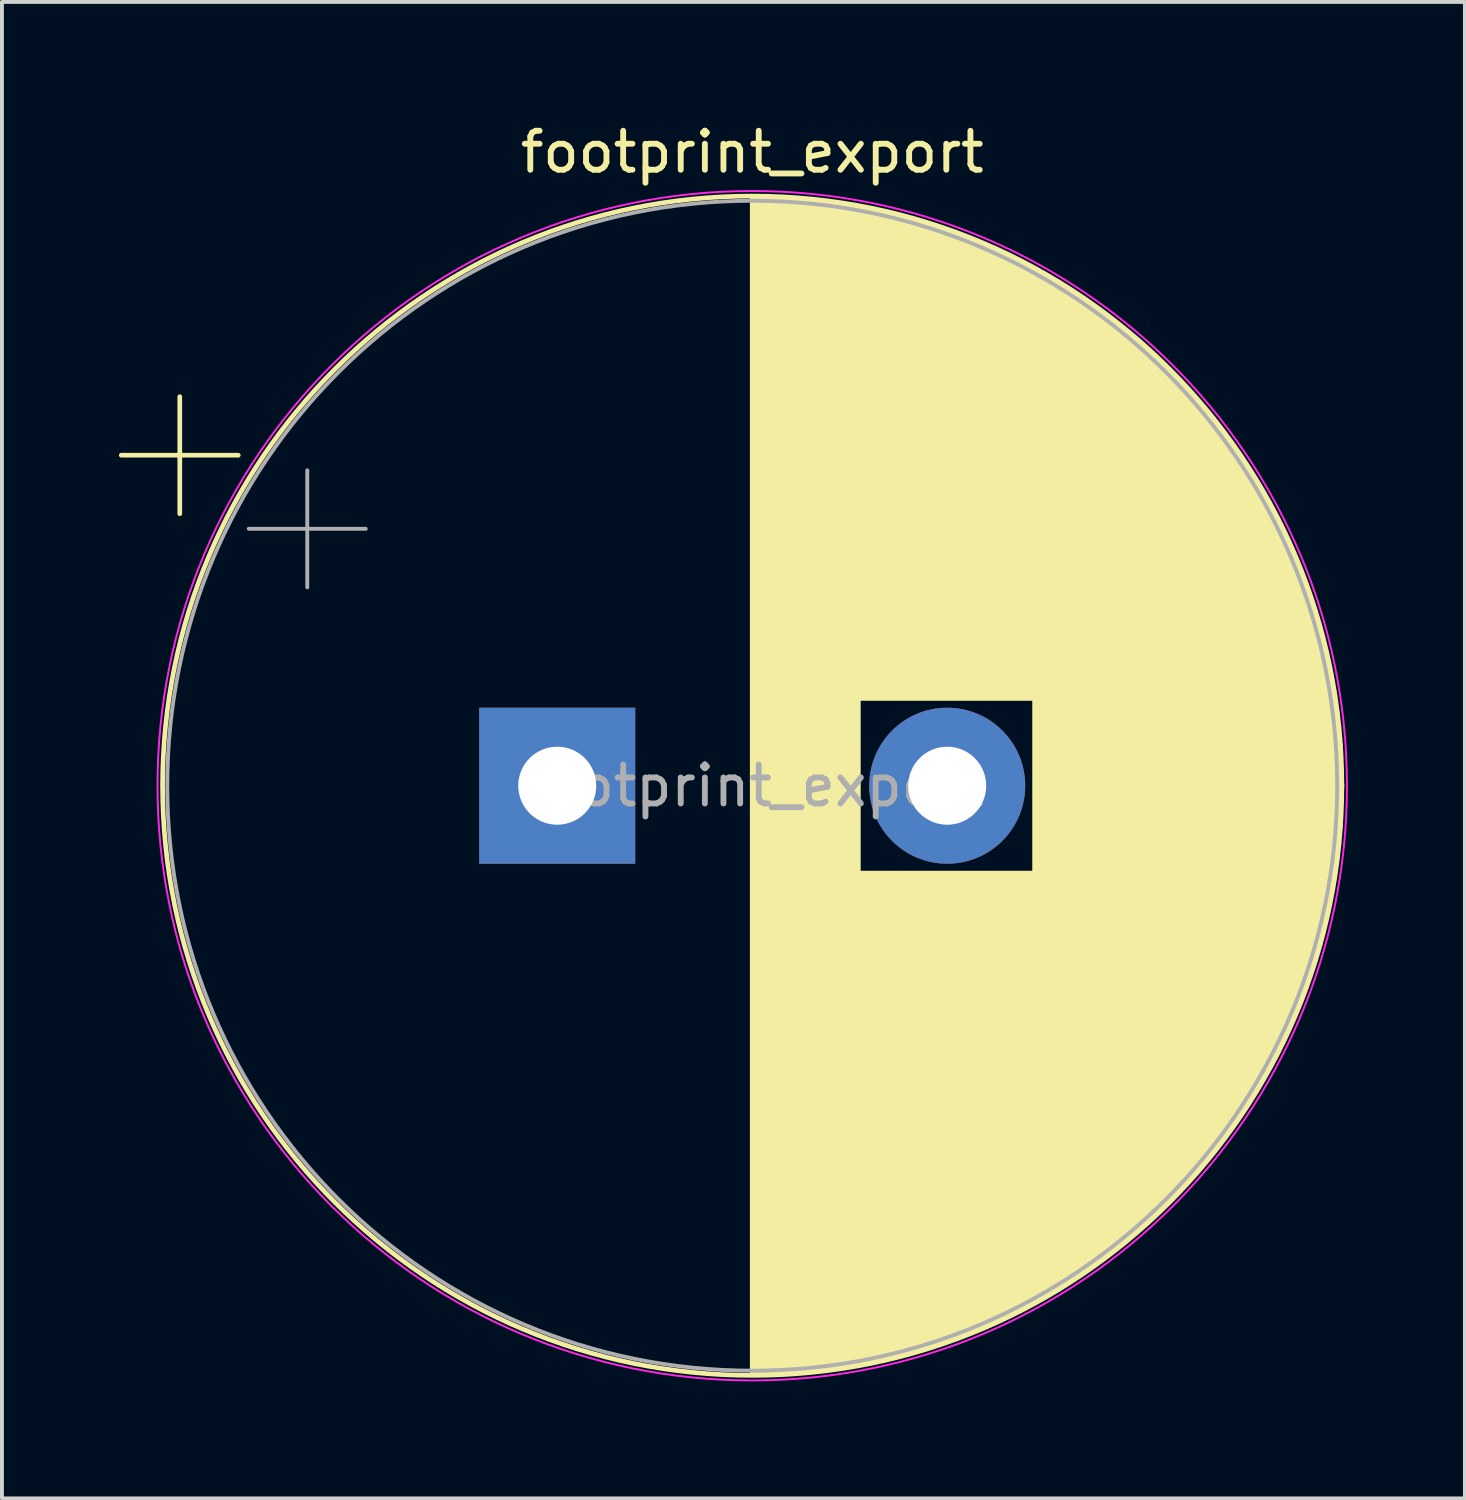
<source format=kicad_pcb>
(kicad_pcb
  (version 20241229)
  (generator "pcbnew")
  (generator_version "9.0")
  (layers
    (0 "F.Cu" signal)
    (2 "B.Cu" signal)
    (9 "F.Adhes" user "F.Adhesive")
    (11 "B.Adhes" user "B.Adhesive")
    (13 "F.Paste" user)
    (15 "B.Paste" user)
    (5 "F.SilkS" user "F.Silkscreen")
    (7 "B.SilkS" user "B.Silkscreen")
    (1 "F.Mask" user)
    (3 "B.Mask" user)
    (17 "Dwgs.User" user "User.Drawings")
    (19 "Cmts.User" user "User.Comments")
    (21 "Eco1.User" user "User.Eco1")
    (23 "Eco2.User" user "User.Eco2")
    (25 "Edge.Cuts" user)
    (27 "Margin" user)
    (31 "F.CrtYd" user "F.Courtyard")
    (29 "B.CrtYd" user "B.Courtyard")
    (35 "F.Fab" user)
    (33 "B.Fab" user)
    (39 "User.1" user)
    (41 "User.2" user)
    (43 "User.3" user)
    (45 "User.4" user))
  (footprint "footprint_export"
    (layer "F.Cu")
    (at 11.239 17.098)
    (property "Reference" "footprint_export" (at 5 -16.25 0) (layer "F.SilkS") (effects (font (size 1 1) (thickness 0.15))))
    (attr through_hole)
    (fp_line (start -11.179 -8.475) (end -8.179 -8.475) (stroke (width 0.12) (type solid)) (layer "F.SilkS"))
    (fp_line (start -9.679 -9.975) (end -9.679 -6.975) (stroke (width 0.12) (type solid)) (layer "F.SilkS"))
    (fp_line (start 5 -15.081) (end 5 15.081) (stroke (width 0.12) (type solid)) (layer "F.SilkS"))
    (fp_line (start 5.04 -15.08) (end 5.04 15.08) (stroke (width 0.12) (type solid)) (layer "F.SilkS"))
    (fp_line (start 5.08 -15.08) (end 5.08 15.08) (stroke (width 0.12) (type solid)) (layer "F.SilkS"))
    (fp_line (start 5.12 -15.08) (end 5.12 15.08) (stroke (width 0.12) (type solid)) (layer "F.SilkS"))
    (fp_line (start 5.16 -15.08) (end 5.16 15.08) (stroke (width 0.12) (type solid)) (layer "F.SilkS"))
    (fp_line (start 5.2 -15.079) (end 5.2 15.079) (stroke (width 0.12) (type solid)) (layer "F.SilkS"))
    (fp_line (start 5.24 -15.079) (end 5.24 15.079) (stroke (width 0.12) (type solid)) (layer "F.SilkS"))
    (fp_line (start 5.28 -15.078) (end 5.28 15.078) (stroke (width 0.12) (type solid)) (layer "F.SilkS"))
    (fp_line (start 5.32 -15.077) (end 5.32 15.077) (stroke (width 0.12) (type solid)) (layer "F.SilkS"))
    (fp_line (start 5.36 -15.076) (end 5.36 15.076) (stroke (width 0.12) (type solid)) (layer "F.SilkS"))
    (fp_line (start 5.4 -15.075) (end 5.4 15.075) (stroke (width 0.12) (type solid)) (layer "F.SilkS"))
    (fp_line (start 5.44 -15.074) (end 5.44 15.074) (stroke (width 0.12) (type solid)) (layer "F.SilkS"))
    (fp_line (start 5.48 -15.073) (end 5.48 15.073) (stroke (width 0.12) (type solid)) (layer "F.SilkS"))
    (fp_line (start 5.52 -15.072) (end 5.52 15.072) (stroke (width 0.12) (type solid)) (layer "F.SilkS"))
    (fp_line (start 5.56 -15.07) (end 5.56 15.07) (stroke (width 0.12) (type solid)) (layer "F.SilkS"))
    (fp_line (start 5.6 -15.069) (end 5.6 15.069) (stroke (width 0.12) (type solid)) (layer "F.SilkS"))
    (fp_line (start 5.64 -15.067) (end 5.64 15.067) (stroke (width 0.12) (type solid)) (layer "F.SilkS"))
    (fp_line (start 5.68 -15.065) (end 5.68 15.065) (stroke (width 0.12) (type solid)) (layer "F.SilkS"))
    (fp_line (start 5.721 -15.063) (end 5.721 15.063) (stroke (width 0.12) (type solid)) (layer "F.SilkS"))
    (fp_line (start 5.761 -15.061) (end 5.761 15.061) (stroke (width 0.12) (type solid)) (layer "F.SilkS"))
    (fp_line (start 5.801 -15.059) (end 5.801 15.059) (stroke (width 0.12) (type solid)) (layer "F.SilkS"))
    (fp_line (start 5.841 -15.057) (end 5.841 15.057) (stroke (width 0.12) (type solid)) (layer "F.SilkS"))
    (fp_line (start 5.881 -15.055) (end 5.881 15.055) (stroke (width 0.12) (type solid)) (layer "F.SilkS"))
    (fp_line (start 5.921 -15.052) (end 5.921 15.052) (stroke (width 0.12) (type solid)) (layer "F.SilkS"))
    (fp_line (start 5.961 -15.05) (end 5.961 15.05) (stroke (width 0.12) (type solid)) (layer "F.SilkS"))
    (fp_line (start 6.001 -15.047) (end 6.001 15.047) (stroke (width 0.12) (type solid)) (layer "F.SilkS"))
    (fp_line (start 6.041 -15.045) (end 6.041 15.045) (stroke (width 0.12) (type solid)) (layer "F.SilkS"))
    (fp_line (start 6.081 -15.042) (end 6.081 15.042) (stroke (width 0.12) (type solid)) (layer "F.SilkS"))
    (fp_line (start 6.121 -15.039) (end 6.121 15.039) (stroke (width 0.12) (type solid)) (layer "F.SilkS"))
    (fp_line (start 6.161 -15.036) (end 6.161 15.036) (stroke (width 0.12) (type solid)) (layer "F.SilkS"))
    (fp_line (start 6.201 -15.033) (end 6.201 15.033) (stroke (width 0.12) (type solid)) (layer "F.SilkS"))
    (fp_line (start 6.241 -15.03) (end 6.241 15.03) (stroke (width 0.12) (type solid)) (layer "F.SilkS"))
    (fp_line (start 6.281 -15.026) (end 6.281 15.026) (stroke (width 0.12) (type solid)) (layer "F.SilkS"))
    (fp_line (start 6.321 -15.023) (end 6.321 15.023) (stroke (width 0.12) (type solid)) (layer "F.SilkS"))
    (fp_line (start 6.361 -15.019) (end 6.361 15.019) (stroke (width 0.12) (type solid)) (layer "F.SilkS"))
    (fp_line (start 6.401 -15.016) (end 6.401 15.016) (stroke (width 0.12) (type solid)) (layer "F.SilkS"))
    (fp_line (start 6.441 -15.012) (end 6.441 15.012) (stroke (width 0.12) (type solid)) (layer "F.SilkS"))
    (fp_line (start 6.481 -15.008) (end 6.481 15.008) (stroke (width 0.12) (type solid)) (layer "F.SilkS"))
    (fp_line (start 6.521 -15.004) (end 6.521 15.004) (stroke (width 0.12) (type solid)) (layer "F.SilkS"))
    (fp_line (start 6.561 -15) (end 6.561 15) (stroke (width 0.12) (type solid)) (layer "F.SilkS"))
    (fp_line (start 6.601 -14.996) (end 6.601 14.996) (stroke (width 0.12) (type solid)) (layer "F.SilkS"))
    (fp_line (start 6.641 -14.991) (end 6.641 14.991) (stroke (width 0.12) (type solid)) (layer "F.SilkS"))
    (fp_line (start 6.681 -14.987) (end 6.681 14.987) (stroke (width 0.12) (type solid)) (layer "F.SilkS"))
    (fp_line (start 6.721 -14.982) (end 6.721 14.982) (stroke (width 0.12) (type solid)) (layer "F.SilkS"))
    (fp_line (start 6.761 -14.978) (end 6.761 14.978) (stroke (width 0.12) (type solid)) (layer "F.SilkS"))
    (fp_line (start 6.801 -14.973) (end 6.801 14.973) (stroke (width 0.12) (type solid)) (layer "F.SilkS"))
    (fp_line (start 6.841 -14.968) (end 6.841 14.968) (stroke (width 0.12) (type solid)) (layer "F.SilkS"))
    (fp_line (start 6.881 -14.963) (end 6.881 14.963) (stroke (width 0.12) (type solid)) (layer "F.SilkS"))
    (fp_line (start 6.921 -14.958) (end 6.921 14.958) (stroke (width 0.12) (type solid)) (layer "F.SilkS"))
    (fp_line (start 6.961 -14.953) (end 6.961 14.953) (stroke (width 0.12) (type solid)) (layer "F.SilkS"))
    (fp_line (start 7.001 -14.948) (end 7.001 14.948) (stroke (width 0.12) (type solid)) (layer "F.SilkS"))
    (fp_line (start 7.041 -14.942) (end 7.041 14.942) (stroke (width 0.12) (type solid)) (layer "F.SilkS"))
    (fp_line (start 7.081 -14.937) (end 7.081 14.937) (stroke (width 0.12) (type solid)) (layer "F.SilkS"))
    (fp_line (start 7.121 -14.931) (end 7.121 14.931) (stroke (width 0.12) (type solid)) (layer "F.SilkS"))
    (fp_line (start 7.161 -14.925) (end 7.161 14.925) (stroke (width 0.12) (type solid)) (layer "F.SilkS"))
    (fp_line (start 7.201 -14.92) (end 7.201 14.92) (stroke (width 0.12) (type solid)) (layer "F.SilkS"))
    (fp_line (start 7.241 -14.914) (end 7.241 14.914) (stroke (width 0.12) (type solid)) (layer "F.SilkS"))
    (fp_line (start 7.281 -14.908) (end 7.281 14.908) (stroke (width 0.12) (type solid)) (layer "F.SilkS"))
    (fp_line (start 7.321 -14.901) (end 7.321 14.901) (stroke (width 0.12) (type solid)) (layer "F.SilkS"))
    (fp_line (start 7.361 -14.895) (end 7.361 14.895) (stroke (width 0.12) (type solid)) (layer "F.SilkS"))
    (fp_line (start 7.401 -14.889) (end 7.401 14.889) (stroke (width 0.12) (type solid)) (layer "F.SilkS"))
    (fp_line (start 7.441 -14.882) (end 7.441 14.882) (stroke (width 0.12) (type solid)) (layer "F.SilkS"))
    (fp_line (start 7.481 -14.876) (end 7.481 14.876) (stroke (width 0.12) (type solid)) (layer "F.SilkS"))
    (fp_line (start 7.521 -14.869) (end 7.521 14.869) (stroke (width 0.12) (type solid)) (layer "F.SilkS"))
    (fp_line (start 7.561 -14.862) (end 7.561 14.862) (stroke (width 0.12) (type solid)) (layer "F.SilkS"))
    (fp_line (start 7.601 -14.855) (end 7.601 14.855) (stroke (width 0.12) (type solid)) (layer "F.SilkS"))
    (fp_line (start 7.641 -14.848) (end 7.641 14.848) (stroke (width 0.12) (type solid)) (layer "F.SilkS"))
    (fp_line (start 7.681 -14.841) (end 7.681 14.841) (stroke (width 0.12) (type solid)) (layer "F.SilkS"))
    (fp_line (start 7.721 -14.834) (end 7.721 14.834) (stroke (width 0.12) (type solid)) (layer "F.SilkS"))
    (fp_line (start 7.761 -14.826) (end 7.761 -2.24) (stroke (width 0.12) (type solid)) (layer "F.SilkS"))
    (fp_line (start 7.761 2.24) (end 7.761 14.826) (stroke (width 0.12) (type solid)) (layer "F.SilkS"))
    (fp_line (start 7.801 -14.819) (end 7.801 -2.24) (stroke (width 0.12) (type solid)) (layer "F.SilkS"))
    (fp_line (start 7.801 2.24) (end 7.801 14.819) (stroke (width 0.12) (type solid)) (layer "F.SilkS"))
    (fp_line (start 7.841 -14.811) (end 7.841 -2.24) (stroke (width 0.12) (type solid)) (layer "F.SilkS"))
    (fp_line (start 7.841 2.24) (end 7.841 14.811) (stroke (width 0.12) (type solid)) (layer "F.SilkS"))
    (fp_line (start 7.881 -14.804) (end 7.881 -2.24) (stroke (width 0.12) (type solid)) (layer "F.SilkS"))
    (fp_line (start 7.881 2.24) (end 7.881 14.804) (stroke (width 0.12) (type solid)) (layer "F.SilkS"))
    (fp_line (start 7.921 -14.796) (end 7.921 -2.24) (stroke (width 0.12) (type solid)) (layer "F.SilkS"))
    (fp_line (start 7.921 2.24) (end 7.921 14.796) (stroke (width 0.12) (type solid)) (layer "F.SilkS"))
    (fp_line (start 7.961 -14.788) (end 7.961 -2.24) (stroke (width 0.12) (type solid)) (layer "F.SilkS"))
    (fp_line (start 7.961 2.24) (end 7.961 14.788) (stroke (width 0.12) (type solid)) (layer "F.SilkS"))
    (fp_line (start 8.001 -14.78) (end 8.001 -2.24) (stroke (width 0.12) (type solid)) (layer "F.SilkS"))
    (fp_line (start 8.001 2.24) (end 8.001 14.78) (stroke (width 0.12) (type solid)) (layer "F.SilkS"))
    (fp_line (start 8.041 -14.772) (end 8.041 -2.24) (stroke (width 0.12) (type solid)) (layer "F.SilkS"))
    (fp_line (start 8.041 2.24) (end 8.041 14.772) (stroke (width 0.12) (type solid)) (layer "F.SilkS"))
    (fp_line (start 8.081 -14.763) (end 8.081 -2.24) (stroke (width 0.12) (type solid)) (layer "F.SilkS"))
    (fp_line (start 8.081 2.24) (end 8.081 14.763) (stroke (width 0.12) (type solid)) (layer "F.SilkS"))
    (fp_line (start 8.121 -14.755) (end 8.121 -2.24) (stroke (width 0.12) (type solid)) (layer "F.SilkS"))
    (fp_line (start 8.121 2.24) (end 8.121 14.755) (stroke (width 0.12) (type solid)) (layer "F.SilkS"))
    (fp_line (start 8.161 -14.747) (end 8.161 -2.24) (stroke (width 0.12) (type solid)) (layer "F.SilkS"))
    (fp_line (start 8.161 2.24) (end 8.161 14.747) (stroke (width 0.12) (type solid)) (layer "F.SilkS"))
    (fp_line (start 8.201 -14.738) (end 8.201 -2.24) (stroke (width 0.12) (type solid)) (layer "F.SilkS"))
    (fp_line (start 8.201 2.24) (end 8.201 14.738) (stroke (width 0.12) (type solid)) (layer "F.SilkS"))
    (fp_line (start 8.241 -14.729) (end 8.241 -2.24) (stroke (width 0.12) (type solid)) (layer "F.SilkS"))
    (fp_line (start 8.241 2.24) (end 8.241 14.729) (stroke (width 0.12) (type solid)) (layer "F.SilkS"))
    (fp_line (start 8.281 -14.72) (end 8.281 -2.24) (stroke (width 0.12) (type solid)) (layer "F.SilkS"))
    (fp_line (start 8.281 2.24) (end 8.281 14.72) (stroke (width 0.12) (type solid)) (layer "F.SilkS"))
    (fp_line (start 8.321 -14.711) (end 8.321 -2.24) (stroke (width 0.12) (type solid)) (layer "F.SilkS"))
    (fp_line (start 8.321 2.24) (end 8.321 14.711) (stroke (width 0.12) (type solid)) (layer "F.SilkS"))
    (fp_line (start 8.361 -14.702) (end 8.361 -2.24) (stroke (width 0.12) (type solid)) (layer "F.SilkS"))
    (fp_line (start 8.361 2.24) (end 8.361 14.702) (stroke (width 0.12) (type solid)) (layer "F.SilkS"))
    (fp_line (start 8.401 -14.693) (end 8.401 -2.24) (stroke (width 0.12) (type solid)) (layer "F.SilkS"))
    (fp_line (start 8.401 2.24) (end 8.401 14.693) (stroke (width 0.12) (type solid)) (layer "F.SilkS"))
    (fp_line (start 8.441 -14.684) (end 8.441 -2.24) (stroke (width 0.12) (type solid)) (layer "F.SilkS"))
    (fp_line (start 8.441 2.24) (end 8.441 14.684) (stroke (width 0.12) (type solid)) (layer "F.SilkS"))
    (fp_line (start 8.481 -14.675) (end 8.481 -2.24) (stroke (width 0.12) (type solid)) (layer "F.SilkS"))
    (fp_line (start 8.481 2.24) (end 8.481 14.675) (stroke (width 0.12) (type solid)) (layer "F.SilkS"))
    (fp_line (start 8.521 -14.665) (end 8.521 -2.24) (stroke (width 0.12) (type solid)) (layer "F.SilkS"))
    (fp_line (start 8.521 2.24) (end 8.521 14.665) (stroke (width 0.12) (type solid)) (layer "F.SilkS"))
    (fp_line (start 8.561 -14.655) (end 8.561 -2.24) (stroke (width 0.12) (type solid)) (layer "F.SilkS"))
    (fp_line (start 8.561 2.24) (end 8.561 14.655) (stroke (width 0.12) (type solid)) (layer "F.SilkS"))
    (fp_line (start 8.601 -14.646) (end 8.601 -2.24) (stroke (width 0.12) (type solid)) (layer "F.SilkS"))
    (fp_line (start 8.601 2.24) (end 8.601 14.646) (stroke (width 0.12) (type solid)) (layer "F.SilkS"))
    (fp_line (start 8.641 -14.636) (end 8.641 -2.24) (stroke (width 0.12) (type solid)) (layer "F.SilkS"))
    (fp_line (start 8.641 2.24) (end 8.641 14.636) (stroke (width 0.12) (type solid)) (layer "F.SilkS"))
    (fp_line (start 8.681 -14.626) (end 8.681 -2.24) (stroke (width 0.12) (type solid)) (layer "F.SilkS"))
    (fp_line (start 8.681 2.24) (end 8.681 14.626) (stroke (width 0.12) (type solid)) (layer "F.SilkS"))
    (fp_line (start 8.721 -14.616) (end 8.721 -2.24) (stroke (width 0.12) (type solid)) (layer "F.SilkS"))
    (fp_line (start 8.721 2.24) (end 8.721 14.616) (stroke (width 0.12) (type solid)) (layer "F.SilkS"))
    (fp_line (start 8.761 -14.606) (end 8.761 -2.24) (stroke (width 0.12) (type solid)) (layer "F.SilkS"))
    (fp_line (start 8.761 2.24) (end 8.761 14.606) (stroke (width 0.12) (type solid)) (layer "F.SilkS"))
    (fp_line (start 8.801 -14.595) (end 8.801 -2.24) (stroke (width 0.12) (type solid)) (layer "F.SilkS"))
    (fp_line (start 8.801 2.24) (end 8.801 14.595) (stroke (width 0.12) (type solid)) (layer "F.SilkS"))
    (fp_line (start 8.841 -14.585) (end 8.841 -2.24) (stroke (width 0.12) (type solid)) (layer "F.SilkS"))
    (fp_line (start 8.841 2.24) (end 8.841 14.585) (stroke (width 0.12) (type solid)) (layer "F.SilkS"))
    (fp_line (start 8.881 -14.574) (end 8.881 -2.24) (stroke (width 0.12) (type solid)) (layer "F.SilkS"))
    (fp_line (start 8.881 2.24) (end 8.881 14.574) (stroke (width 0.12) (type solid)) (layer "F.SilkS"))
    (fp_line (start 8.921 -14.564) (end 8.921 -2.24) (stroke (width 0.12) (type solid)) (layer "F.SilkS"))
    (fp_line (start 8.921 2.24) (end 8.921 14.564) (stroke (width 0.12) (type solid)) (layer "F.SilkS"))
    (fp_line (start 8.961 -14.553) (end 8.961 -2.24) (stroke (width 0.12) (type solid)) (layer "F.SilkS"))
    (fp_line (start 8.961 2.24) (end 8.961 14.553) (stroke (width 0.12) (type solid)) (layer "F.SilkS"))
    (fp_line (start 9.001 -14.542) (end 9.001 -2.24) (stroke (width 0.12) (type solid)) (layer "F.SilkS"))
    (fp_line (start 9.001 2.24) (end 9.001 14.542) (stroke (width 0.12) (type solid)) (layer "F.SilkS"))
    (fp_line (start 9.041 -14.531) (end 9.041 -2.24) (stroke (width 0.12) (type solid)) (layer "F.SilkS"))
    (fp_line (start 9.041 2.24) (end 9.041 14.531) (stroke (width 0.12) (type solid)) (layer "F.SilkS"))
    (fp_line (start 9.081 -14.52) (end 9.081 -2.24) (stroke (width 0.12) (type solid)) (layer "F.SilkS"))
    (fp_line (start 9.081 2.24) (end 9.081 14.52) (stroke (width 0.12) (type solid)) (layer "F.SilkS"))
    (fp_line (start 9.121 -14.508) (end 9.121 -2.24) (stroke (width 0.12) (type solid)) (layer "F.SilkS"))
    (fp_line (start 9.121 2.24) (end 9.121 14.508) (stroke (width 0.12) (type solid)) (layer "F.SilkS"))
    (fp_line (start 9.161 -14.497) (end 9.161 -2.24) (stroke (width 0.12) (type solid)) (layer "F.SilkS"))
    (fp_line (start 9.161 2.24) (end 9.161 14.497) (stroke (width 0.12) (type solid)) (layer "F.SilkS"))
    (fp_line (start 9.201 -14.485) (end 9.201 -2.24) (stroke (width 0.12) (type solid)) (layer "F.SilkS"))
    (fp_line (start 9.201 2.24) (end 9.201 14.485) (stroke (width 0.12) (type solid)) (layer "F.SilkS"))
    (fp_line (start 9.241 -14.474) (end 9.241 -2.24) (stroke (width 0.12) (type solid)) (layer "F.SilkS"))
    (fp_line (start 9.241 2.24) (end 9.241 14.474) (stroke (width 0.12) (type solid)) (layer "F.SilkS"))
    (fp_line (start 9.281 -14.462) (end 9.281 -2.24) (stroke (width 0.12) (type solid)) (layer "F.SilkS"))
    (fp_line (start 9.281 2.24) (end 9.281 14.462) (stroke (width 0.12) (type solid)) (layer "F.SilkS"))
    (fp_line (start 9.321 -14.45) (end 9.321 -2.24) (stroke (width 0.12) (type solid)) (layer "F.SilkS"))
    (fp_line (start 9.321 2.24) (end 9.321 14.45) (stroke (width 0.12) (type solid)) (layer "F.SilkS"))
    (fp_line (start 9.361 -14.438) (end 9.361 -2.24) (stroke (width 0.12) (type solid)) (layer "F.SilkS"))
    (fp_line (start 9.361 2.24) (end 9.361 14.438) (stroke (width 0.12) (type solid)) (layer "F.SilkS"))
    (fp_line (start 9.401 -14.426) (end 9.401 -2.24) (stroke (width 0.12) (type solid)) (layer "F.SilkS"))
    (fp_line (start 9.401 2.24) (end 9.401 14.426) (stroke (width 0.12) (type solid)) (layer "F.SilkS"))
    (fp_line (start 9.441 -14.414) (end 9.441 -2.24) (stroke (width 0.12) (type solid)) (layer "F.SilkS"))
    (fp_line (start 9.441 2.24) (end 9.441 14.414) (stroke (width 0.12) (type solid)) (layer "F.SilkS"))
    (fp_line (start 9.481 -14.402) (end 9.481 -2.24) (stroke (width 0.12) (type solid)) (layer "F.SilkS"))
    (fp_line (start 9.481 2.24) (end 9.481 14.402) (stroke (width 0.12) (type solid)) (layer "F.SilkS"))
    (fp_line (start 9.521 -14.389) (end 9.521 -2.24) (stroke (width 0.12) (type solid)) (layer "F.SilkS"))
    (fp_line (start 9.521 2.24) (end 9.521 14.389) (stroke (width 0.12) (type solid)) (layer "F.SilkS"))
    (fp_line (start 9.561 -14.376) (end 9.561 -2.24) (stroke (width 0.12) (type solid)) (layer "F.SilkS"))
    (fp_line (start 9.561 2.24) (end 9.561 14.376) (stroke (width 0.12) (type solid)) (layer "F.SilkS"))
    (fp_line (start 9.601 -14.364) (end 9.601 -2.24) (stroke (width 0.12) (type solid)) (layer "F.SilkS"))
    (fp_line (start 9.601 2.24) (end 9.601 14.364) (stroke (width 0.12) (type solid)) (layer "F.SilkS"))
    (fp_line (start 9.641 -14.351) (end 9.641 -2.24) (stroke (width 0.12) (type solid)) (layer "F.SilkS"))
    (fp_line (start 9.641 2.24) (end 9.641 14.351) (stroke (width 0.12) (type solid)) (layer "F.SilkS"))
    (fp_line (start 9.681 -14.338) (end 9.681 -2.24) (stroke (width 0.12) (type solid)) (layer "F.SilkS"))
    (fp_line (start 9.681 2.24) (end 9.681 14.338) (stroke (width 0.12) (type solid)) (layer "F.SilkS"))
    (fp_line (start 9.721 -14.325) (end 9.721 -2.24) (stroke (width 0.12) (type solid)) (layer "F.SilkS"))
    (fp_line (start 9.721 2.24) (end 9.721 14.325) (stroke (width 0.12) (type solid)) (layer "F.SilkS"))
    (fp_line (start 9.761 -14.312) (end 9.761 -2.24) (stroke (width 0.12) (type solid)) (layer "F.SilkS"))
    (fp_line (start 9.761 2.24) (end 9.761 14.312) (stroke (width 0.12) (type solid)) (layer "F.SilkS"))
    (fp_line (start 9.801 -14.298) (end 9.801 -2.24) (stroke (width 0.12) (type solid)) (layer "F.SilkS"))
    (fp_line (start 9.801 2.24) (end 9.801 14.298) (stroke (width 0.12) (type solid)) (layer "F.SilkS"))
    (fp_line (start 9.841 -14.285) (end 9.841 -2.24) (stroke (width 0.12) (type solid)) (layer "F.SilkS"))
    (fp_line (start 9.841 2.24) (end 9.841 14.285) (stroke (width 0.12) (type solid)) (layer "F.SilkS"))
    (fp_line (start 9.881 -14.271) (end 9.881 -2.24) (stroke (width 0.12) (type solid)) (layer "F.SilkS"))
    (fp_line (start 9.881 2.24) (end 9.881 14.271) (stroke (width 0.12) (type solid)) (layer "F.SilkS"))
    (fp_line (start 9.921 -14.258) (end 9.921 -2.24) (stroke (width 0.12) (type solid)) (layer "F.SilkS"))
    (fp_line (start 9.921 2.24) (end 9.921 14.258) (stroke (width 0.12) (type solid)) (layer "F.SilkS"))
    (fp_line (start 9.961 -14.244) (end 9.961 -2.24) (stroke (width 0.12) (type solid)) (layer "F.SilkS"))
    (fp_line (start 9.961 2.24) (end 9.961 14.244) (stroke (width 0.12) (type solid)) (layer "F.SilkS"))
    (fp_line (start 10.001 -14.23) (end 10.001 -2.24) (stroke (width 0.12) (type solid)) (layer "F.SilkS"))
    (fp_line (start 10.001 2.24) (end 10.001 14.23) (stroke (width 0.12) (type solid)) (layer "F.SilkS"))
    (fp_line (start 10.041 -14.216) (end 10.041 -2.24) (stroke (width 0.12) (type solid)) (layer "F.SilkS"))
    (fp_line (start 10.041 2.24) (end 10.041 14.216) (stroke (width 0.12) (type solid)) (layer "F.SilkS"))
    (fp_line (start 10.081 -14.202) (end 10.081 -2.24) (stroke (width 0.12) (type solid)) (layer "F.SilkS"))
    (fp_line (start 10.081 2.24) (end 10.081 14.202) (stroke (width 0.12) (type solid)) (layer "F.SilkS"))
    (fp_line (start 10.121 -14.187) (end 10.121 -2.24) (stroke (width 0.12) (type solid)) (layer "F.SilkS"))
    (fp_line (start 10.121 2.24) (end 10.121 14.187) (stroke (width 0.12) (type solid)) (layer "F.SilkS"))
    (fp_line (start 10.161 -14.173) (end 10.161 -2.24) (stroke (width 0.12) (type solid)) (layer "F.SilkS"))
    (fp_line (start 10.161 2.24) (end 10.161 14.173) (stroke (width 0.12) (type solid)) (layer "F.SilkS"))
    (fp_line (start 10.201 -14.158) (end 10.201 -2.24) (stroke (width 0.12) (type solid)) (layer "F.SilkS"))
    (fp_line (start 10.201 2.24) (end 10.201 14.158) (stroke (width 0.12) (type solid)) (layer "F.SilkS"))
    (fp_line (start 10.241 -14.143) (end 10.241 -2.24) (stroke (width 0.12) (type solid)) (layer "F.SilkS"))
    (fp_line (start 10.241 2.24) (end 10.241 14.143) (stroke (width 0.12) (type solid)) (layer "F.SilkS"))
    (fp_line (start 10.281 -14.129) (end 10.281 -2.24) (stroke (width 0.12) (type solid)) (layer "F.SilkS"))
    (fp_line (start 10.281 2.24) (end 10.281 14.129) (stroke (width 0.12) (type solid)) (layer "F.SilkS"))
    (fp_line (start 10.321 -14.114) (end 10.321 -2.24) (stroke (width 0.12) (type solid)) (layer "F.SilkS"))
    (fp_line (start 10.321 2.24) (end 10.321 14.114) (stroke (width 0.12) (type solid)) (layer "F.SilkS"))
    (fp_line (start 10.361 -14.099) (end 10.361 -2.24) (stroke (width 0.12) (type solid)) (layer "F.SilkS"))
    (fp_line (start 10.361 2.24) (end 10.361 14.099) (stroke (width 0.12) (type solid)) (layer "F.SilkS"))
    (fp_line (start 10.401 -14.083) (end 10.401 -2.24) (stroke (width 0.12) (type solid)) (layer "F.SilkS"))
    (fp_line (start 10.401 2.24) (end 10.401 14.083) (stroke (width 0.12) (type solid)) (layer "F.SilkS"))
    (fp_line (start 10.441 -14.068) (end 10.441 -2.24) (stroke (width 0.12) (type solid)) (layer "F.SilkS"))
    (fp_line (start 10.441 2.24) (end 10.441 14.068) (stroke (width 0.12) (type solid)) (layer "F.SilkS"))
    (fp_line (start 10.481 -14.052) (end 10.481 -2.24) (stroke (width 0.12) (type solid)) (layer "F.SilkS"))
    (fp_line (start 10.481 2.24) (end 10.481 14.052) (stroke (width 0.12) (type solid)) (layer "F.SilkS"))
    (fp_line (start 10.521 -14.037) (end 10.521 -2.24) (stroke (width 0.12) (type solid)) (layer "F.SilkS"))
    (fp_line (start 10.521 2.24) (end 10.521 14.037) (stroke (width 0.12) (type solid)) (layer "F.SilkS"))
    (fp_line (start 10.561 -14.021) (end 10.561 -2.24) (stroke (width 0.12) (type solid)) (layer "F.SilkS"))
    (fp_line (start 10.561 2.24) (end 10.561 14.021) (stroke (width 0.12) (type solid)) (layer "F.SilkS"))
    (fp_line (start 10.601 -14.005) (end 10.601 -2.24) (stroke (width 0.12) (type solid)) (layer "F.SilkS"))
    (fp_line (start 10.601 2.24) (end 10.601 14.005) (stroke (width 0.12) (type solid)) (layer "F.SilkS"))
    (fp_line (start 10.641 -13.989) (end 10.641 -2.24) (stroke (width 0.12) (type solid)) (layer "F.SilkS"))
    (fp_line (start 10.641 2.24) (end 10.641 13.989) (stroke (width 0.12) (type solid)) (layer "F.SilkS"))
    (fp_line (start 10.681 -13.973) (end 10.681 -2.24) (stroke (width 0.12) (type solid)) (layer "F.SilkS"))
    (fp_line (start 10.681 2.24) (end 10.681 13.973) (stroke (width 0.12) (type solid)) (layer "F.SilkS"))
    (fp_line (start 10.721 -13.957) (end 10.721 -2.24) (stroke (width 0.12) (type solid)) (layer "F.SilkS"))
    (fp_line (start 10.721 2.24) (end 10.721 13.957) (stroke (width 0.12) (type solid)) (layer "F.SilkS"))
    (fp_line (start 10.761 -13.94) (end 10.761 -2.24) (stroke (width 0.12) (type solid)) (layer "F.SilkS"))
    (fp_line (start 10.761 2.24) (end 10.761 13.94) (stroke (width 0.12) (type solid)) (layer "F.SilkS"))
    (fp_line (start 10.801 -13.924) (end 10.801 -2.24) (stroke (width 0.12) (type solid)) (layer "F.SilkS"))
    (fp_line (start 10.801 2.24) (end 10.801 13.924) (stroke (width 0.12) (type solid)) (layer "F.SilkS"))
    (fp_line (start 10.841 -13.907) (end 10.841 -2.24) (stroke (width 0.12) (type solid)) (layer "F.SilkS"))
    (fp_line (start 10.841 2.24) (end 10.841 13.907) (stroke (width 0.12) (type solid)) (layer "F.SilkS"))
    (fp_line (start 10.881 -13.89) (end 10.881 -2.24) (stroke (width 0.12) (type solid)) (layer "F.SilkS"))
    (fp_line (start 10.881 2.24) (end 10.881 13.89) (stroke (width 0.12) (type solid)) (layer "F.SilkS"))
    (fp_line (start 10.921 -13.873) (end 10.921 -2.24) (stroke (width 0.12) (type solid)) (layer "F.SilkS"))
    (fp_line (start 10.921 2.24) (end 10.921 13.873) (stroke (width 0.12) (type solid)) (layer "F.SilkS"))
    (fp_line (start 10.961 -13.856) (end 10.961 -2.24) (stroke (width 0.12) (type solid)) (layer "F.SilkS"))
    (fp_line (start 10.961 2.24) (end 10.961 13.856) (stroke (width 0.12) (type solid)) (layer "F.SilkS"))
    (fp_line (start 11.001 -13.839) (end 11.001 -2.24) (stroke (width 0.12) (type solid)) (layer "F.SilkS"))
    (fp_line (start 11.001 2.24) (end 11.001 13.839) (stroke (width 0.12) (type solid)) (layer "F.SilkS"))
    (fp_line (start 11.041 -13.822) (end 11.041 -2.24) (stroke (width 0.12) (type solid)) (layer "F.SilkS"))
    (fp_line (start 11.041 2.24) (end 11.041 13.822) (stroke (width 0.12) (type solid)) (layer "F.SilkS"))
    (fp_line (start 11.081 -13.804) (end 11.081 -2.24) (stroke (width 0.12) (type solid)) (layer "F.SilkS"))
    (fp_line (start 11.081 2.24) (end 11.081 13.804) (stroke (width 0.12) (type solid)) (layer "F.SilkS"))
    (fp_line (start 11.121 -13.787) (end 11.121 -2.24) (stroke (width 0.12) (type solid)) (layer "F.SilkS"))
    (fp_line (start 11.121 2.24) (end 11.121 13.787) (stroke (width 0.12) (type solid)) (layer "F.SilkS"))
    (fp_line (start 11.161 -13.769) (end 11.161 -2.24) (stroke (width 0.12) (type solid)) (layer "F.SilkS"))
    (fp_line (start 11.161 2.24) (end 11.161 13.769) (stroke (width 0.12) (type solid)) (layer "F.SilkS"))
    (fp_line (start 11.201 -13.751) (end 11.201 -2.24) (stroke (width 0.12) (type solid)) (layer "F.SilkS"))
    (fp_line (start 11.201 2.24) (end 11.201 13.751) (stroke (width 0.12) (type solid)) (layer "F.SilkS"))
    (fp_line (start 11.241 -13.733) (end 11.241 -2.24) (stroke (width 0.12) (type solid)) (layer "F.SilkS"))
    (fp_line (start 11.241 2.24) (end 11.241 13.733) (stroke (width 0.12) (type solid)) (layer "F.SilkS"))
    (fp_line (start 11.281 -13.715) (end 11.281 -2.24) (stroke (width 0.12) (type solid)) (layer "F.SilkS"))
    (fp_line (start 11.281 2.24) (end 11.281 13.715) (stroke (width 0.12) (type solid)) (layer "F.SilkS"))
    (fp_line (start 11.321 -13.696) (end 11.321 -2.24) (stroke (width 0.12) (type solid)) (layer "F.SilkS"))
    (fp_line (start 11.321 2.24) (end 11.321 13.696) (stroke (width 0.12) (type solid)) (layer "F.SilkS"))
    (fp_line (start 11.361 -13.678) (end 11.361 -2.24) (stroke (width 0.12) (type solid)) (layer "F.SilkS"))
    (fp_line (start 11.361 2.24) (end 11.361 13.678) (stroke (width 0.12) (type solid)) (layer "F.SilkS"))
    (fp_line (start 11.401 -13.659) (end 11.401 -2.24) (stroke (width 0.12) (type solid)) (layer "F.SilkS"))
    (fp_line (start 11.401 2.24) (end 11.401 13.659) (stroke (width 0.12) (type solid)) (layer "F.SilkS"))
    (fp_line (start 11.441 -13.64) (end 11.441 -2.24) (stroke (width 0.12) (type solid)) (layer "F.SilkS"))
    (fp_line (start 11.441 2.24) (end 11.441 13.64) (stroke (width 0.12) (type solid)) (layer "F.SilkS"))
    (fp_line (start 11.481 -13.622) (end 11.481 -2.24) (stroke (width 0.12) (type solid)) (layer "F.SilkS"))
    (fp_line (start 11.481 2.24) (end 11.481 13.622) (stroke (width 0.12) (type solid)) (layer "F.SilkS"))
    (fp_line (start 11.521 -13.602) (end 11.521 -2.24) (stroke (width 0.12) (type solid)) (layer "F.SilkS"))
    (fp_line (start 11.521 2.24) (end 11.521 13.602) (stroke (width 0.12) (type solid)) (layer "F.SilkS"))
    (fp_line (start 11.561 -13.583) (end 11.561 -2.24) (stroke (width 0.12) (type solid)) (layer "F.SilkS"))
    (fp_line (start 11.561 2.24) (end 11.561 13.583) (stroke (width 0.12) (type solid)) (layer "F.SilkS"))
    (fp_line (start 11.601 -13.564) (end 11.601 -2.24) (stroke (width 0.12) (type solid)) (layer "F.SilkS"))
    (fp_line (start 11.601 2.24) (end 11.601 13.564) (stroke (width 0.12) (type solid)) (layer "F.SilkS"))
    (fp_line (start 11.641 -13.544) (end 11.641 -2.24) (stroke (width 0.12) (type solid)) (layer "F.SilkS"))
    (fp_line (start 11.641 2.24) (end 11.641 13.544) (stroke (width 0.12) (type solid)) (layer "F.SilkS"))
    (fp_line (start 11.681 -13.525) (end 11.681 -2.24) (stroke (width 0.12) (type solid)) (layer "F.SilkS"))
    (fp_line (start 11.681 2.24) (end 11.681 13.525) (stroke (width 0.12) (type solid)) (layer "F.SilkS"))
    (fp_line (start 11.721 -13.505) (end 11.721 -2.24) (stroke (width 0.12) (type solid)) (layer "F.SilkS"))
    (fp_line (start 11.721 2.24) (end 11.721 13.505) (stroke (width 0.12) (type solid)) (layer "F.SilkS"))
    (fp_line (start 11.761 -13.485) (end 11.761 -2.24) (stroke (width 0.12) (type solid)) (layer "F.SilkS"))
    (fp_line (start 11.761 2.24) (end 11.761 13.485) (stroke (width 0.12) (type solid)) (layer "F.SilkS"))
    (fp_line (start 11.801 -13.465) (end 11.801 -2.24) (stroke (width 0.12) (type solid)) (layer "F.SilkS"))
    (fp_line (start 11.801 2.24) (end 11.801 13.465) (stroke (width 0.12) (type solid)) (layer "F.SilkS"))
    (fp_line (start 11.841 -13.445) (end 11.841 -2.24) (stroke (width 0.12) (type solid)) (layer "F.SilkS"))
    (fp_line (start 11.841 2.24) (end 11.841 13.445) (stroke (width 0.12) (type solid)) (layer "F.SilkS"))
    (fp_line (start 11.881 -13.425) (end 11.881 -2.24) (stroke (width 0.12) (type solid)) (layer "F.SilkS"))
    (fp_line (start 11.881 2.24) (end 11.881 13.425) (stroke (width 0.12) (type solid)) (layer "F.SilkS"))
    (fp_line (start 11.921 -13.404) (end 11.921 -2.24) (stroke (width 0.12) (type solid)) (layer "F.SilkS"))
    (fp_line (start 11.921 2.24) (end 11.921 13.404) (stroke (width 0.12) (type solid)) (layer "F.SilkS"))
    (fp_line (start 11.961 -13.383) (end 11.961 -2.24) (stroke (width 0.12) (type solid)) (layer "F.SilkS"))
    (fp_line (start 11.961 2.24) (end 11.961 13.383) (stroke (width 0.12) (type solid)) (layer "F.SilkS"))
    (fp_line (start 12.001 -13.363) (end 12.001 -2.24) (stroke (width 0.12) (type solid)) (layer "F.SilkS"))
    (fp_line (start 12.001 2.24) (end 12.001 13.363) (stroke (width 0.12) (type solid)) (layer "F.SilkS"))
    (fp_line (start 12.041 -13.342) (end 12.041 -2.24) (stroke (width 0.12) (type solid)) (layer "F.SilkS"))
    (fp_line (start 12.041 2.24) (end 12.041 13.342) (stroke (width 0.12) (type solid)) (layer "F.SilkS"))
    (fp_line (start 12.081 -13.32) (end 12.081 -2.24) (stroke (width 0.12) (type solid)) (layer "F.SilkS"))
    (fp_line (start 12.081 2.24) (end 12.081 13.32) (stroke (width 0.12) (type solid)) (layer "F.SilkS"))
    (fp_line (start 12.121 -13.299) (end 12.121 -2.24) (stroke (width 0.12) (type solid)) (layer "F.SilkS"))
    (fp_line (start 12.121 2.24) (end 12.121 13.299) (stroke (width 0.12) (type solid)) (layer "F.SilkS"))
    (fp_line (start 12.161 -13.278) (end 12.161 -2.24) (stroke (width 0.12) (type solid)) (layer "F.SilkS"))
    (fp_line (start 12.161 2.24) (end 12.161 13.278) (stroke (width 0.12) (type solid)) (layer "F.SilkS"))
    (fp_line (start 12.201 -13.256) (end 12.201 -2.24) (stroke (width 0.12) (type solid)) (layer "F.SilkS"))
    (fp_line (start 12.201 2.24) (end 12.201 13.256) (stroke (width 0.12) (type solid)) (layer "F.SilkS"))
    (fp_line (start 12.241 -13.234) (end 12.241 13.234) (stroke (width 0.12) (type solid)) (layer "F.SilkS"))
    (fp_line (start 12.281 -13.213) (end 12.281 13.213) (stroke (width 0.12) (type solid)) (layer "F.SilkS"))
    (fp_line (start 12.321 -13.19) (end 12.321 13.19) (stroke (width 0.12) (type solid)) (layer "F.SilkS"))
    (fp_line (start 12.361 -13.168) (end 12.361 13.168) (stroke (width 0.12) (type solid)) (layer "F.SilkS"))
    (fp_line (start 12.401 -13.146) (end 12.401 13.146) (stroke (width 0.12) (type solid)) (layer "F.SilkS"))
    (fp_line (start 12.441 -13.123) (end 12.441 13.123) (stroke (width 0.12) (type solid)) (layer "F.SilkS"))
    (fp_line (start 12.481 -13.101) (end 12.481 13.101) (stroke (width 0.12) (type solid)) (layer "F.SilkS"))
    (fp_line (start 12.521 -13.078) (end 12.521 13.078) (stroke (width 0.12) (type solid)) (layer "F.SilkS"))
    (fp_line (start 12.561 -13.055) (end 12.561 13.055) (stroke (width 0.12) (type solid)) (layer "F.SilkS"))
    (fp_line (start 12.601 -13.032) (end 12.601 13.032) (stroke (width 0.12) (type solid)) (layer "F.SilkS"))
    (fp_line (start 12.641 -13.008) (end 12.641 13.008) (stroke (width 0.12) (type solid)) (layer "F.SilkS"))
    (fp_line (start 12.681 -12.985) (end 12.681 12.985) (stroke (width 0.12) (type solid)) (layer "F.SilkS"))
    (fp_line (start 12.721 -12.961) (end 12.721 12.961) (stroke (width 0.12) (type solid)) (layer "F.SilkS"))
    (fp_line (start 12.761 -12.937) (end 12.761 12.937) (stroke (width 0.12) (type solid)) (layer "F.SilkS"))
    (fp_line (start 12.801 -12.913) (end 12.801 12.913) (stroke (width 0.12) (type solid)) (layer "F.SilkS"))
    (fp_line (start 12.841 -12.889) (end 12.841 12.889) (stroke (width 0.12) (type solid)) (layer "F.SilkS"))
    (fp_line (start 12.881 -12.865) (end 12.881 12.865) (stroke (width 0.12) (type solid)) (layer "F.SilkS"))
    (fp_line (start 12.921 -12.84) (end 12.921 12.84) (stroke (width 0.12) (type solid)) (layer "F.SilkS"))
    (fp_line (start 12.961 -12.816) (end 12.961 12.816) (stroke (width 0.12) (type solid)) (layer "F.SilkS"))
    (fp_line (start 13.001 -12.791) (end 13.001 12.791) (stroke (width 0.12) (type solid)) (layer "F.SilkS"))
    (fp_line (start 13.041 -12.766) (end 13.041 12.766) (stroke (width 0.12) (type solid)) (layer "F.SilkS"))
    (fp_line (start 13.081 -12.74) (end 13.081 12.74) (stroke (width 0.12) (type solid)) (layer "F.SilkS"))
    (fp_line (start 13.121 -12.715) (end 13.121 12.715) (stroke (width 0.12) (type solid)) (layer "F.SilkS"))
    (fp_line (start 13.161 -12.69) (end 13.161 12.69) (stroke (width 0.12) (type solid)) (layer "F.SilkS"))
    (fp_line (start 13.2 -12.664) (end 13.2 12.664) (stroke (width 0.12) (type solid)) (layer "F.SilkS"))
    (fp_line (start 13.24 -12.638) (end 13.24 12.638) (stroke (width 0.12) (type solid)) (layer "F.SilkS"))
    (fp_line (start 13.28 -12.612) (end 13.28 12.612) (stroke (width 0.12) (type solid)) (layer "F.SilkS"))
    (fp_line (start 13.32 -12.586) (end 13.32 12.586) (stroke (width 0.12) (type solid)) (layer "F.SilkS"))
    (fp_line (start 13.36 -12.559) (end 13.36 12.559) (stroke (width 0.12) (type solid)) (layer "F.SilkS"))
    (fp_line (start 13.4 -12.532) (end 13.4 12.532) (stroke (width 0.12) (type solid)) (layer "F.SilkS"))
    (fp_line (start 13.44 -12.506) (end 13.44 12.506) (stroke (width 0.12) (type solid)) (layer "F.SilkS"))
    (fp_line (start 13.48 -12.479) (end 13.48 12.479) (stroke (width 0.12) (type solid)) (layer "F.SilkS"))
    (fp_line (start 13.52 -12.451) (end 13.52 12.451) (stroke (width 0.12) (type solid)) (layer "F.SilkS"))
    (fp_line (start 13.56 -12.424) (end 13.56 12.424) (stroke (width 0.12) (type solid)) (layer "F.SilkS"))
    (fp_line (start 13.6 -12.397) (end 13.6 12.397) (stroke (width 0.12) (type solid)) (layer "F.SilkS"))
    (fp_line (start 13.64 -12.369) (end 13.64 12.369) (stroke (width 0.12) (type solid)) (layer "F.SilkS"))
    (fp_line (start 13.68 -12.341) (end 13.68 12.341) (stroke (width 0.12) (type solid)) (layer "F.SilkS"))
    (fp_line (start 13.72 -12.313) (end 13.72 12.313) (stroke (width 0.12) (type solid)) (layer "F.SilkS"))
    (fp_line (start 13.76 -12.284) (end 13.76 12.284) (stroke (width 0.12) (type solid)) (layer "F.SilkS"))
    (fp_line (start 13.8 -12.256) (end 13.8 12.256) (stroke (width 0.12) (type solid)) (layer "F.SilkS"))
    (fp_line (start 13.84 -12.227) (end 13.84 12.227) (stroke (width 0.12) (type solid)) (layer "F.SilkS"))
    (fp_line (start 13.88 -12.198) (end 13.88 12.198) (stroke (width 0.12) (type solid)) (layer "F.SilkS"))
    (fp_line (start 13.92 -12.169) (end 13.92 12.169) (stroke (width 0.12) (type solid)) (layer "F.SilkS"))
    (fp_line (start 13.96 -12.14) (end 13.96 12.14) (stroke (width 0.12) (type solid)) (layer "F.SilkS"))
    (fp_line (start 14 -12.11) (end 14 12.11) (stroke (width 0.12) (type solid)) (layer "F.SilkS"))
    (fp_line (start 14.04 -12.08) (end 14.04 12.08) (stroke (width 0.12) (type solid)) (layer "F.SilkS"))
    (fp_line (start 14.08 -12.05) (end 14.08 12.05) (stroke (width 0.12) (type solid)) (layer "F.SilkS"))
    (fp_line (start 14.12 -12.02) (end 14.12 12.02) (stroke (width 0.12) (type solid)) (layer "F.SilkS"))
    (fp_line (start 14.16 -11.99) (end 14.16 11.99) (stroke (width 0.12) (type solid)) (layer "F.SilkS"))
    (fp_line (start 14.2 -11.959) (end 14.2 11.959) (stroke (width 0.12) (type solid)) (layer "F.SilkS"))
    (fp_line (start 14.24 -11.929) (end 14.24 11.929) (stroke (width 0.12) (type solid)) (layer "F.SilkS"))
    (fp_line (start 14.28 -11.898) (end 14.28 11.898) (stroke (width 0.12) (type solid)) (layer "F.SilkS"))
    (fp_line (start 14.32 -11.866) (end 14.32 11.866) (stroke (width 0.12) (type solid)) (layer "F.SilkS"))
    (fp_line (start 14.36 -11.835) (end 14.36 11.835) (stroke (width 0.12) (type solid)) (layer "F.SilkS"))
    (fp_line (start 14.4 -11.803) (end 14.4 11.803) (stroke (width 0.12) (type solid)) (layer "F.SilkS"))
    (fp_line (start 14.44 -11.772) (end 14.44 11.772) (stroke (width 0.12) (type solid)) (layer "F.SilkS"))
    (fp_line (start 14.48 -11.739) (end 14.48 11.739) (stroke (width 0.12) (type solid)) (layer "F.SilkS"))
    (fp_line (start 14.52 -11.707) (end 14.52 11.707) (stroke (width 0.12) (type solid)) (layer "F.SilkS"))
    (fp_line (start 14.56 -11.675) (end 14.56 11.675) (stroke (width 0.12) (type solid)) (layer "F.SilkS"))
    (fp_line (start 14.6 -11.642) (end 14.6 11.642) (stroke (width 0.12) (type solid)) (layer "F.SilkS"))
    (fp_line (start 14.64 -11.609) (end 14.64 11.609) (stroke (width 0.12) (type solid)) (layer "F.SilkS"))
    (fp_line (start 14.68 -11.576) (end 14.68 11.576) (stroke (width 0.12) (type solid)) (layer "F.SilkS"))
    (fp_line (start 14.72 -11.542) (end 14.72 11.542) (stroke (width 0.12) (type solid)) (layer "F.SilkS"))
    (fp_line (start 14.76 -11.509) (end 14.76 11.509) (stroke (width 0.12) (type solid)) (layer "F.SilkS"))
    (fp_line (start 14.8 -11.475) (end 14.8 11.475) (stroke (width 0.12) (type solid)) (layer "F.SilkS"))
    (fp_line (start 14.84 -11.44) (end 14.84 11.44) (stroke (width 0.12) (type solid)) (layer "F.SilkS"))
    (fp_line (start 14.88 -11.406) (end 14.88 11.406) (stroke (width 0.12) (type solid)) (layer "F.SilkS"))
    (fp_line (start 14.92 -11.371) (end 14.92 11.371) (stroke (width 0.12) (type solid)) (layer "F.SilkS"))
    (fp_line (start 14.96 -11.336) (end 14.96 11.336) (stroke (width 0.12) (type solid)) (layer "F.SilkS"))
    (fp_line (start 15 -11.301) (end 15 11.301) (stroke (width 0.12) (type solid)) (layer "F.SilkS"))
    (fp_line (start 15.04 -11.266) (end 15.04 11.266) (stroke (width 0.12) (type solid)) (layer "F.SilkS"))
    (fp_line (start 15.08 -11.23) (end 15.08 11.23) (stroke (width 0.12) (type solid)) (layer "F.SilkS"))
    (fp_line (start 15.12 -11.194) (end 15.12 11.194) (stroke (width 0.12) (type solid)) (layer "F.SilkS"))
    (fp_line (start 15.16 -11.158) (end 15.16 11.158) (stroke (width 0.12) (type solid)) (layer "F.SilkS"))
    (fp_line (start 15.2 -11.122) (end 15.2 11.122) (stroke (width 0.12) (type solid)) (layer "F.SilkS"))
    (fp_line (start 15.24 -11.085) (end 15.24 11.085) (stroke (width 0.12) (type solid)) (layer "F.SilkS"))
    (fp_line (start 15.28 -11.048) (end 15.28 11.048) (stroke (width 0.12) (type solid)) (layer "F.SilkS"))
    (fp_line (start 15.32 -11.011) (end 15.32 11.011) (stroke (width 0.12) (type solid)) (layer "F.SilkS"))
    (fp_line (start 15.36 -10.973) (end 15.36 10.973) (stroke (width 0.12) (type solid)) (layer "F.SilkS"))
    (fp_line (start 15.4 -10.936) (end 15.4 10.936) (stroke (width 0.12) (type solid)) (layer "F.SilkS"))
    (fp_line (start 15.44 -10.898) (end 15.44 10.898) (stroke (width 0.12) (type solid)) (layer "F.SilkS"))
    (fp_line (start 15.48 -10.859) (end 15.48 10.859) (stroke (width 0.12) (type solid)) (layer "F.SilkS"))
    (fp_line (start 15.52 -10.821) (end 15.52 10.821) (stroke (width 0.12) (type solid)) (layer "F.SilkS"))
    (fp_line (start 15.56 -10.782) (end 15.56 10.782) (stroke (width 0.12) (type solid)) (layer "F.SilkS"))
    (fp_line (start 15.6 -10.743) (end 15.6 10.743) (stroke (width 0.12) (type solid)) (layer "F.SilkS"))
    (fp_line (start 15.64 -10.703) (end 15.64 10.703) (stroke (width 0.12) (type solid)) (layer "F.SilkS"))
    (fp_line (start 15.68 -10.663) (end 15.68 10.663) (stroke (width 0.12) (type solid)) (layer "F.SilkS"))
    (fp_line (start 15.72 -10.623) (end 15.72 10.623) (stroke (width 0.12) (type solid)) (layer "F.SilkS"))
    (fp_line (start 15.76 -10.583) (end 15.76 10.583) (stroke (width 0.12) (type solid)) (layer "F.SilkS"))
    (fp_line (start 15.8 -10.542) (end 15.8 10.542) (stroke (width 0.12) (type solid)) (layer "F.SilkS"))
    (fp_line (start 15.84 -10.501) (end 15.84 10.501) (stroke (width 0.12) (type solid)) (layer "F.SilkS"))
    (fp_line (start 15.88 -10.46) (end 15.88 10.46) (stroke (width 0.12) (type solid)) (layer "F.SilkS"))
    (fp_line (start 15.92 -10.418) (end 15.92 10.418) (stroke (width 0.12) (type solid)) (layer "F.SilkS"))
    (fp_line (start 15.96 -10.376) (end 15.96 10.376) (stroke (width 0.12) (type solid)) (layer "F.SilkS"))
    (fp_line (start 16 -10.334) (end 16 10.334) (stroke (width 0.12) (type solid)) (layer "F.SilkS"))
    (fp_line (start 16.04 -10.292) (end 16.04 10.292) (stroke (width 0.12) (type solid)) (layer "F.SilkS"))
    (fp_line (start 16.08 -10.249) (end 16.08 10.249) (stroke (width 0.12) (type solid)) (layer "F.SilkS"))
    (fp_line (start 16.12 -10.205) (end 16.12 10.205) (stroke (width 0.12) (type solid)) (layer "F.SilkS"))
    (fp_line (start 16.16 -10.162) (end 16.16 10.162) (stroke (width 0.12) (type solid)) (layer "F.SilkS"))
    (fp_line (start 16.2 -10.118) (end 16.2 10.118) (stroke (width 0.12) (type solid)) (layer "F.SilkS"))
    (fp_line (start 16.24 -10.074) (end 16.24 10.074) (stroke (width 0.12) (type solid)) (layer "F.SilkS"))
    (fp_line (start 16.28 -10.029) (end 16.28 10.029) (stroke (width 0.12) (type solid)) (layer "F.SilkS"))
    (fp_line (start 16.32 -9.984) (end 16.32 9.984) (stroke (width 0.12) (type solid)) (layer "F.SilkS"))
    (fp_line (start 16.36 -9.939) (end 16.36 9.939) (stroke (width 0.12) (type solid)) (layer "F.SilkS"))
    (fp_line (start 16.4 -9.893) (end 16.4 9.893) (stroke (width 0.12) (type solid)) (layer "F.SilkS"))
    (fp_line (start 16.44 -9.847) (end 16.44 9.847) (stroke (width 0.12) (type solid)) (layer "F.SilkS"))
    (fp_line (start 16.48 -9.8) (end 16.48 9.8) (stroke (width 0.12) (type solid)) (layer "F.SilkS"))
    (fp_line (start 16.52 -9.754) (end 16.52 9.754) (stroke (width 0.12) (type solid)) (layer "F.SilkS"))
    (fp_line (start 16.56 -9.706) (end 16.56 9.706) (stroke (width 0.12) (type solid)) (layer "F.SilkS"))
    (fp_line (start 16.6 -9.659) (end 16.6 9.659) (stroke (width 0.12) (type solid)) (layer "F.SilkS"))
    (fp_line (start 16.64 -9.611) (end 16.64 9.611) (stroke (width 0.12) (type solid)) (layer "F.SilkS"))
    (fp_line (start 16.68 -9.562) (end 16.68 9.562) (stroke (width 0.12) (type solid)) (layer "F.SilkS"))
    (fp_line (start 16.72 -9.513) (end 16.72 9.513) (stroke (width 0.12) (type solid)) (layer "F.SilkS"))
    (fp_line (start 16.76 -9.464) (end 16.76 9.464) (stroke (width 0.12) (type solid)) (layer "F.SilkS"))
    (fp_line (start 16.8 -9.414) (end 16.8 9.414) (stroke (width 0.12) (type solid)) (layer "F.SilkS"))
    (fp_line (start 16.84 -9.364) (end 16.84 9.364) (stroke (width 0.12) (type solid)) (layer "F.SilkS"))
    (fp_line (start 16.88 -9.314) (end 16.88 9.314) (stroke (width 0.12) (type solid)) (layer "F.SilkS"))
    (fp_line (start 16.92 -9.263) (end 16.92 9.263) (stroke (width 0.12) (type solid)) (layer "F.SilkS"))
    (fp_line (start 16.96 -9.211) (end 16.96 9.211) (stroke (width 0.12) (type solid)) (layer "F.SilkS"))
    (fp_line (start 17 -9.159) (end 17 9.159) (stroke (width 0.12) (type solid)) (layer "F.SilkS"))
    (fp_line (start 17.04 -9.107) (end 17.04 9.107) (stroke (width 0.12) (type solid)) (layer "F.SilkS"))
    (fp_line (start 17.08 -9.054) (end 17.08 9.054) (stroke (width 0.12) (type solid)) (layer "F.SilkS"))
    (fp_line (start 17.12 -9) (end 17.12 9) (stroke (width 0.12) (type solid)) (layer "F.SilkS"))
    (fp_line (start 17.16 -8.947) (end 17.16 8.947) (stroke (width 0.12) (type solid)) (layer "F.SilkS"))
    (fp_line (start 17.2 -8.892) (end 17.2 8.892) (stroke (width 0.12) (type solid)) (layer "F.SilkS"))
    (fp_line (start 17.24 -8.837) (end 17.24 8.837) (stroke (width 0.12) (type solid)) (layer "F.SilkS"))
    (fp_line (start 17.28 -8.782) (end 17.28 8.782) (stroke (width 0.12) (type solid)) (layer "F.SilkS"))
    (fp_line (start 17.32 -8.726) (end 17.32 8.726) (stroke (width 0.12) (type solid)) (layer "F.SilkS"))
    (fp_line (start 17.36 -8.669) (end 17.36 8.669) (stroke (width 0.12) (type solid)) (layer "F.SilkS"))
    (fp_line (start 17.4 -8.612) (end 17.4 8.612) (stroke (width 0.12) (type solid)) (layer "F.SilkS"))
    (fp_line (start 17.44 -8.555) (end 17.44 8.555) (stroke (width 0.12) (type solid)) (layer "F.SilkS"))
    (fp_line (start 17.48 -8.497) (end 17.48 8.497) (stroke (width 0.12) (type solid)) (layer "F.SilkS"))
    (fp_line (start 17.52 -8.438) (end 17.52 8.438) (stroke (width 0.12) (type solid)) (layer "F.SilkS"))
    (fp_line (start 17.56 -8.378) (end 17.56 8.378) (stroke (width 0.12) (type solid)) (layer "F.SilkS"))
    (fp_line (start 17.6 -8.318) (end 17.6 8.318) (stroke (width 0.12) (type solid)) (layer "F.SilkS"))
    (fp_line (start 17.64 -8.258) (end 17.64 8.258) (stroke (width 0.12) (type solid)) (layer "F.SilkS"))
    (fp_line (start 17.68 -8.197) (end 17.68 8.197) (stroke (width 0.12) (type solid)) (layer "F.SilkS"))
    (fp_line (start 17.72 -8.135) (end 17.72 8.135) (stroke (width 0.12) (type solid)) (layer "F.SilkS"))
    (fp_line (start 17.76 -8.072) (end 17.76 8.072) (stroke (width 0.12) (type solid)) (layer "F.SilkS"))
    (fp_line (start 17.8 -8.009) (end 17.8 8.009) (stroke (width 0.12) (type solid)) (layer "F.SilkS"))
    (fp_line (start 17.84 -7.945) (end 17.84 7.945) (stroke (width 0.12) (type solid)) (layer "F.SilkS"))
    (fp_line (start 17.88 -7.88) (end 17.88 7.88) (stroke (width 0.12) (type solid)) (layer "F.SilkS"))
    (fp_line (start 17.92 -7.815) (end 17.92 7.815) (stroke (width 0.12) (type solid)) (layer "F.SilkS"))
    (fp_line (start 17.96 -7.748) (end 17.96 7.748) (stroke (width 0.12) (type solid)) (layer "F.SilkS"))
    (fp_line (start 18 -7.682) (end 18 7.682) (stroke (width 0.12) (type solid)) (layer "F.SilkS"))
    (fp_line (start 18.04 -7.614) (end 18.04 7.614) (stroke (width 0.12) (type solid)) (layer "F.SilkS"))
    (fp_line (start 18.08 -7.545) (end 18.08 7.545) (stroke (width 0.12) (type solid)) (layer "F.SilkS"))
    (fp_line (start 18.12 -7.476) (end 18.12 7.476) (stroke (width 0.12) (type solid)) (layer "F.SilkS"))
    (fp_line (start 18.16 -7.406) (end 18.16 7.406) (stroke (width 0.12) (type solid)) (layer "F.SilkS"))
    (fp_line (start 18.2 -7.334) (end 18.2 7.334) (stroke (width 0.12) (type solid)) (layer "F.SilkS"))
    (fp_line (start 18.24 -7.262) (end 18.24 7.262) (stroke (width 0.12) (type solid)) (layer "F.SilkS"))
    (fp_line (start 18.28 -7.189) (end 18.28 7.189) (stroke (width 0.12) (type solid)) (layer "F.SilkS"))
    (fp_line (start 18.32 -7.115) (end 18.32 7.115) (stroke (width 0.12) (type solid)) (layer "F.SilkS"))
    (fp_line (start 18.36 -7.04) (end 18.36 7.04) (stroke (width 0.12) (type solid)) (layer "F.SilkS"))
    (fp_line (start 18.4 -6.964) (end 18.4 6.964) (stroke (width 0.12) (type solid)) (layer "F.SilkS"))
    (fp_line (start 18.44 -6.887) (end 18.44 6.887) (stroke (width 0.12) (type solid)) (layer "F.SilkS"))
    (fp_line (start 18.48 -6.809) (end 18.48 6.809) (stroke (width 0.12) (type solid)) (layer "F.SilkS"))
    (fp_line (start 18.52 -6.73) (end 18.52 6.73) (stroke (width 0.12) (type solid)) (layer "F.SilkS"))
    (fp_line (start 18.56 -6.649) (end 18.56 6.649) (stroke (width 0.12) (type solid)) (layer "F.SilkS"))
    (fp_line (start 18.6 -6.568) (end 18.6 6.568) (stroke (width 0.12) (type solid)) (layer "F.SilkS"))
    (fp_line (start 18.64 -6.485) (end 18.64 6.485) (stroke (width 0.12) (type solid)) (layer "F.SilkS"))
    (fp_line (start 18.68 -6.4) (end 18.68 6.4) (stroke (width 0.12) (type solid)) (layer "F.SilkS"))
    (fp_line (start 18.72 -6.315) (end 18.72 6.315) (stroke (width 0.12) (type solid)) (layer "F.SilkS"))
    (fp_line (start 18.76 -6.228) (end 18.76 6.228) (stroke (width 0.12) (type solid)) (layer "F.SilkS"))
    (fp_line (start 18.8 -6.139) (end 18.8 6.139) (stroke (width 0.12) (type solid)) (layer "F.SilkS"))
    (fp_line (start 18.84 -6.049) (end 18.84 6.049) (stroke (width 0.12) (type solid)) (layer "F.SilkS"))
    (fp_line (start 18.88 -5.957) (end 18.88 5.957) (stroke (width 0.12) (type solid)) (layer "F.SilkS"))
    (fp_line (start 18.92 -5.864) (end 18.92 5.864) (stroke (width 0.12) (type solid)) (layer "F.SilkS"))
    (fp_line (start 18.96 -5.768) (end 18.96 5.768) (stroke (width 0.12) (type solid)) (layer "F.SilkS"))
    (fp_line (start 19 -5.671) (end 19 5.671) (stroke (width 0.12) (type solid)) (layer "F.SilkS"))
    (fp_line (start 19.04 -5.572) (end 19.04 5.572) (stroke (width 0.12) (type solid)) (layer "F.SilkS"))
    (fp_line (start 19.08 -5.471) (end 19.08 5.471) (stroke (width 0.12) (type solid)) (layer "F.SilkS"))
    (fp_line (start 19.12 -5.368) (end 19.12 5.368) (stroke (width 0.12) (type solid)) (layer "F.SilkS"))
    (fp_line (start 19.16 -5.262) (end 19.16 5.262) (stroke (width 0.12) (type solid)) (layer "F.SilkS"))
    (fp_line (start 19.2 -5.154) (end 19.2 5.154) (stroke (width 0.12) (type solid)) (layer "F.SilkS"))
    (fp_line (start 19.24 -5.043) (end 19.24 5.043) (stroke (width 0.12) (type solid)) (layer "F.SilkS"))
    (fp_line (start 19.28 -4.93) (end 19.28 4.93) (stroke (width 0.12) (type solid)) (layer "F.SilkS"))
    (fp_line (start 19.32 -4.814) (end 19.32 4.814) (stroke (width 0.12) (type solid)) (layer "F.SilkS"))
    (fp_line (start 19.36 -4.694) (end 19.36 4.694) (stroke (width 0.12) (type solid)) (layer "F.SilkS"))
    (fp_line (start 19.4 -4.571) (end 19.4 4.571) (stroke (width 0.12) (type solid)) (layer "F.SilkS"))
    (fp_line (start 19.44 -4.444) (end 19.44 4.444) (stroke (width 0.12) (type solid)) (layer "F.SilkS"))
    (fp_line (start 19.48 -4.313) (end 19.48 4.313) (stroke (width 0.12) (type solid)) (layer "F.SilkS"))
    (fp_line (start 19.52 -4.178) (end 19.52 4.178) (stroke (width 0.12) (type solid)) (layer "F.SilkS"))
    (fp_line (start 19.56 -4.037) (end 19.56 4.037) (stroke (width 0.12) (type solid)) (layer "F.SilkS"))
    (fp_line (start 19.6 -3.892) (end 19.6 3.892) (stroke (width 0.12) (type solid)) (layer "F.SilkS"))
    (fp_line (start 19.64 -3.74) (end 19.64 3.74) (stroke (width 0.12) (type solid)) (layer "F.SilkS"))
    (fp_line (start 19.68 -3.582) (end 19.68 3.582) (stroke (width 0.12) (type solid)) (layer "F.SilkS"))
    (fp_line (start 19.72 -3.415) (end 19.72 3.415) (stroke (width 0.12) (type solid)) (layer "F.SilkS"))
    (fp_line (start 19.76 -3.24) (end 19.76 3.24) (stroke (width 0.12) (type solid)) (layer "F.SilkS"))
    (fp_line (start 19.8 -3.055) (end 19.8 3.055) (stroke (width 0.12) (type solid)) (layer "F.SilkS"))
    (fp_line (start 19.84 -2.857) (end 19.84 2.857) (stroke (width 0.12) (type solid)) (layer "F.SilkS"))
    (fp_line (start 19.88 -2.644) (end 19.88 2.644) (stroke (width 0.12) (type solid)) (layer "F.SilkS"))
    (fp_line (start 19.92 -2.412) (end 19.92 2.412) (stroke (width 0.12) (type solid)) (layer "F.SilkS"))
    (fp_line (start 19.96 -2.154) (end 19.96 2.154) (stroke (width 0.12) (type solid)) (layer "F.SilkS"))
    (fp_line (start 20 -1.862) (end 20 1.862) (stroke (width 0.12) (type solid)) (layer "F.SilkS"))
    (fp_line (start 20.04 -1.514) (end 20.04 1.514) (stroke (width 0.12) (type solid)) (layer "F.SilkS"))
    (fp_line (start 20.08 -1.06) (end 20.08 1.06) (stroke (width 0.12) (type solid)) (layer "F.SilkS"))
    (fp_line (start 20.12 -0.04) (end 20.12 0.04) (stroke (width 0.12) (type solid)) (layer "F.SilkS"))
    (fp_circle (center 5 0) (end 20.12 0) (stroke (width 0.12) (type solid)) (fill no) (layer "F.SilkS"))
    (fp_circle (center 5 0) (end 20.25 0) (stroke (width 0.05) (type solid)) (fill no) (layer "F.CrtYd"))
    (fp_line (start -7.91 -6.588) (end -4.91 -6.588) (stroke (width 0.1) (type solid)) (layer "F.Fab"))
    (fp_line (start -6.41 -8.088) (end -6.41 -5.088) (stroke (width 0.1) (type solid)) (layer "F.Fab"))
    (fp_circle (center 5 0) (end 20 0) (stroke (width 0.1) (type solid)) (fill no) (layer "F.Fab"))
    (fp_text user "${REFERENCE}" (at 5 0 0) (layer "F.Fab") (effects (font (size 1 1) (thickness 0.15))))
    (pad "1" thru_hole rect (at 0 0) (size 4 4) (drill 2) (layers "*.Cu" "*.Mask"))
    (pad "2" thru_hole circle (at 10 0) (size 4 4) (drill 2) (layers "*.Cu" "*.Mask")))
  (gr_rect
    (start -3 -3)
    (end 34.514 35.373)
    (stroke (width 0.1) (type default))
    (fill no)
    (layer "Edge.Cuts")))
</source>
